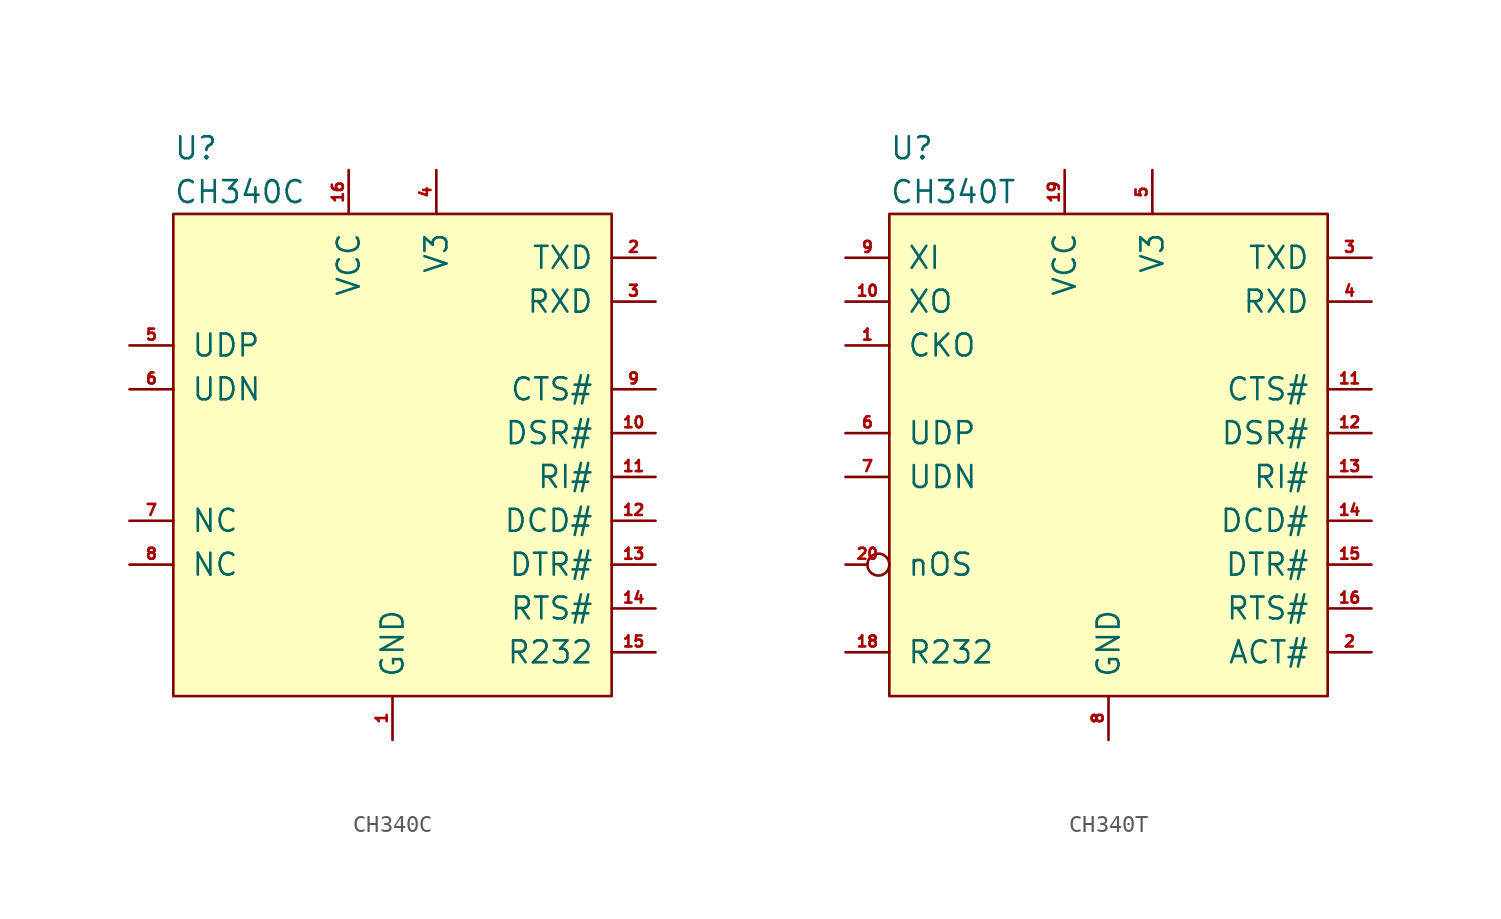
<source format=kicad_sym>
(kicad_symbol_lib
  (version 20211014)
  (generator kicad_symbol_editor)
  (symbol "CH340C"
    (pin_names
      (offset 1.016))
    (property "Reference" "U"
      (at 0 3.81 0)
      (effects (font (size 1.27 1.27)) (justify left)))
    (property "Value" "CH340C"
      (at 0 1.27 0)
      (effects (font (size 1.27 1.27)) (justify left)))
    (symbol "CH340C_1_1"
      (rectangle (start 0 0) (end 25.4 -27.94) (stroke (width 0) (type default) (color 0 0 0 0)) (fill (type background)))
      (pin power_in line (at 12.7 -30.48 90) (length 2.54) (name "GND" (effects (font (size 1.27 1.27)))) (number "1" (effects (font (size 0.635 0.635)))))
      (pin input line (at 27.94 -12.7 180) (length 2.54) (name "DSR#" (effects (font (size 1.27 1.27)))) (number "10" (effects (font (size 0.635 0.635)))))
      (pin input line (at 27.94 -15.24 180) (length 2.54) (name "RI#" (effects (font (size 1.27 1.27)))) (number "11" (effects (font (size 0.635 0.635)))))
      (pin output line (at 27.94 -17.78 180) (length 2.54) (name "DCD#" (effects (font (size 1.27 1.27)))) (number "12" (effects (font (size 0.635 0.635)))))
      (pin output line (at 27.94 -20.32 180) (length 2.54) (name "DTR#" (effects (font (size 1.27 1.27)))) (number "13" (effects (font (size 0.635 0.635)))))
      (pin output line (at 27.94 -22.86 180) (length 2.54) (name "RTS#" (effects (font (size 1.27 1.27)))) (number "14" (effects (font (size 0.635 0.635)))))
      (pin input line (at 27.94 -25.4 180) (length 2.54) (name "R232" (effects (font (size 1.27 1.27)))) (number "15" (effects (font (size 0.635 0.635)))))
      (pin power_in line (at 10.16 2.54 270) (length 2.54) (name "VCC" (effects (font (size 1.27 1.27)))) (number "16" (effects (font (size 0.635 0.635)))))
      (pin output line (at 27.94 -2.54 180) (length 2.54) (name "TXD" (effects (font (size 1.27 1.27)))) (number "2" (effects (font (size 0.635 0.635)))))
      (pin input line (at 27.94 -5.08 180) (length 2.54) (name "RXD" (effects (font (size 1.27 1.27)))) (number "3" (effects (font (size 0.635 0.635)))))
      (pin power_out line (at 15.24 2.54 270) (length 2.54) (name "V3" (effects (font (size 1.27 1.27)))) (number "4" (effects (font (size 0.635 0.635)))))
      (pin bidirectional line (at -2.54 -7.62 0) (length 2.54) (name "UDP" (effects (font (size 1.27 1.27)))) (number "5" (effects (font (size 0.635 0.635)))))
      (pin bidirectional line (at -2.54 -10.16 0) (length 2.54) (name "UDN" (effects (font (size 1.27 1.27)))) (number "6" (effects (font (size 0.635 0.635)))))
      (pin output line (at -2.54 -17.78 0) (length 2.54) (name "NC" (effects (font (size 1.27 1.27)))) (number "7" (effects (font (size 0.635 0.635)))))
      (pin output line (at -2.54 -20.32 0) (length 2.54) (name "NC" (effects (font (size 1.27 1.27)))) (number "8" (effects (font (size 0.635 0.635)))))
      (pin input line (at 27.94 -10.16 180) (length 2.54) (name "CTS#" (effects (font (size 1.27 1.27)))) (number "9" (effects (font (size 0.635 0.635)))))))
  (symbol "CH340T"
    (pin_names
      (offset 1.016))
    (property "Reference" "U"
      (at 0 3.81 0)
      (effects (font (size 1.27 1.27)) (justify left)))
    (property "Value" "CH340T"
      (at 0 1.27 0)
      (effects (font (size 1.27 1.27)) (justify left)))
    (symbol "CH340T_0_1"
      (rectangle (start 0 0) (end 25.4 -27.94) (stroke (width 0) (type default) (color 0 0 0 0)) (fill (type background))))
    (symbol "CH340T_1_1"
      (pin output line (at -2.54 -7.62 0) (length 2.54) (name "CKO" (effects (font (size 1.27 1.27)))) (number "1" (effects (font (size 0.635 0.635)))))
      (pin output line (at -2.54 -5.08 0) (length 2.54) (name "XO" (effects (font (size 1.27 1.27)))) (number "10" (effects (font (size 0.635 0.635)))))
      (pin input line (at 27.94 -10.16 180) (length 2.54) (name "CTS#" (effects (font (size 1.27 1.27)))) (number "11" (effects (font (size 0.635 0.635)))))
      (pin input line (at 27.94 -12.7 180) (length 2.54) (name "DSR#" (effects (font (size 1.27 1.27)))) (number "12" (effects (font (size 0.635 0.635)))))
      (pin input line (at 27.94 -15.24 180) (length 2.54) (name "RI#" (effects (font (size 1.27 1.27)))) (number "13" (effects (font (size 0.635 0.635)))))
      (pin output line (at 27.94 -17.78 180) (length 2.54) (name "DCD#" (effects (font (size 1.27 1.27)))) (number "14" (effects (font (size 0.635 0.635)))))
      (pin output line (at 27.94 -20.32 180) (length 2.54) (name "DTR#" (effects (font (size 1.27 1.27)))) (number "15" (effects (font (size 0.635 0.635)))))
      (pin output line (at 27.94 -22.86 180) (length 2.54) (name "RTS#" (effects (font (size 1.27 1.27)))) (number "16" (effects (font (size 0.635 0.635)))))
      (pin input line (at -2.54 -25.4 0) (length 2.54) (name "R232" (effects (font (size 1.27 1.27)))) (number "18" (effects (font (size 0.635 0.635)))))
      (pin power_in line (at 10.16 2.54 270) (length 2.54) (name "VCC" (effects (font (size 1.27 1.27)))) (number "19" (effects (font (size 0.635 0.635)))))
      (pin output line (at 27.94 -25.4 180) (length 2.54) (name "ACT#" (effects (font (size 1.27 1.27)))) (number "2" (effects (font (size 0.635 0.635)))))
      (pin input inverted (at -2.54 -20.32 0) (length 2.54) (name "nOS" (effects (font (size 1.27 1.27)))) (number "20" (effects (font (size 0.635 0.635)))))
      (pin output line (at 27.94 -2.54 180) (length 2.54) (name "TXD" (effects (font (size 1.27 1.27)))) (number "3" (effects (font (size 0.635 0.635)))))
      (pin input line (at 27.94 -5.08 180) (length 2.54) (name "RXD" (effects (font (size 1.27 1.27)))) (number "4" (effects (font (size 0.635 0.635)))))
      (pin power_in line (at 15.24 2.54 270) (length 2.54) (name "V3" (effects (font (size 1.27 1.27)))) (number "5" (effects (font (size 0.635 0.635)))))
      (pin bidirectional line (at -2.54 -12.7 0) (length 2.54) (name "UDP" (effects (font (size 1.27 1.27)))) (number "6" (effects (font (size 0.635 0.635)))))
      (pin bidirectional line (at -2.54 -15.24 0) (length 2.54) (name "UDN" (effects (font (size 1.27 1.27)))) (number "7" (effects (font (size 0.635 0.635)))))
      (pin power_in line (at 12.7 -30.48 90) (length 2.54) (name "GND" (effects (font (size 1.27 1.27)))) (number "8" (effects (font (size 0.635 0.635)))))
      (pin input line (at -2.54 -2.54 0) (length 2.54) (name "XI" (effects (font (size 1.27 1.27)))) (number "9" (effects (font (size 0.635 0.635))))))))
</source>
